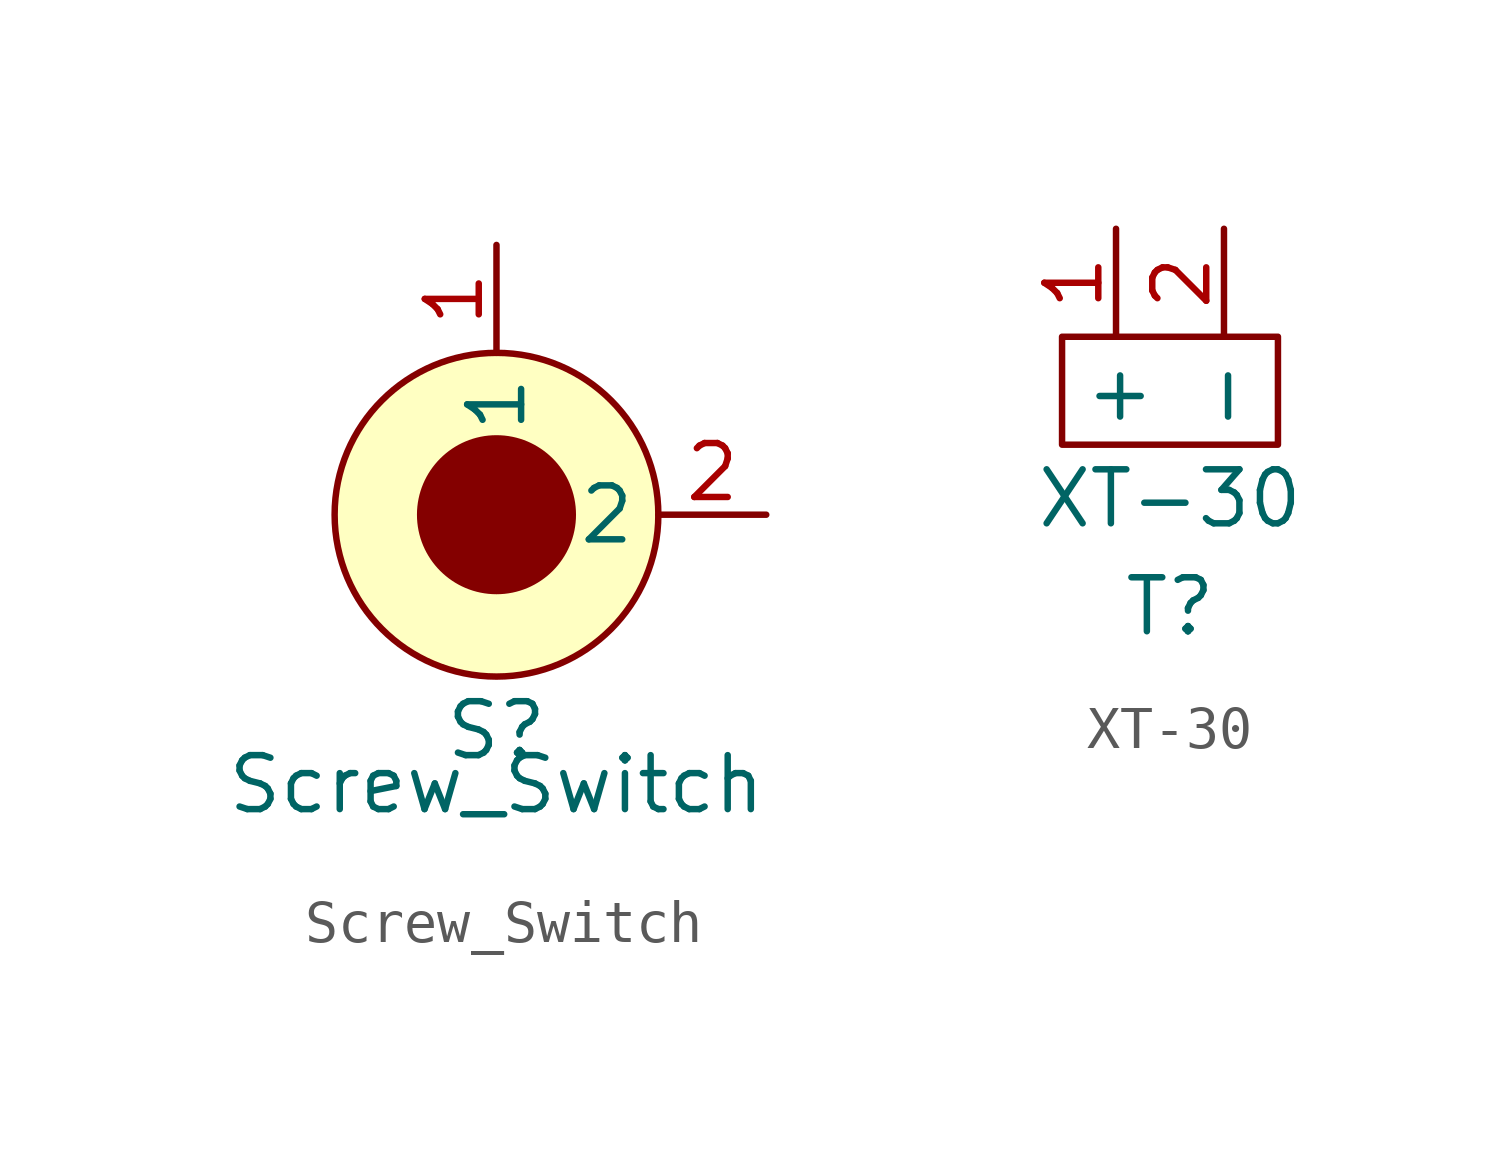
<source format=kicad_sym>
(kicad_symbol_lib
  (version 20211014)
  (generator kicad_symbol_editor)
  (symbol "Screw_Switch"
    (property "Reference" "S"
      (at 0 0 0)
      (effects (font (size 1.27 1.27))))
    (property "Value" "Screw_Switch"
      (at 0 -1.27 0)
      (effects (font (size 1.27 1.27))))
    (symbol "Screw_Switch_0_1"
      (circle (center 0 5.08) (radius 1.796) (stroke (width 0) (type default) (color 0 0 0 0)) (fill (type outline)))
      (circle (center 0 5.08) (radius 3.81) (stroke (width 0) (type default) (color 0 0 0 0)) (fill (type background))))
    (symbol "Screw_Switch_1_1"
      (pin bidirectional line (at 0 11.43 270) (length 2.54) (name "1" (effects (font (size 1.27 1.27)))) (number "1" (effects (font (size 1.27 1.27)))))
      (pin bidirectional line (at 6.35 5.08 180) (length 2.54) (name "2" (effects (font (size 1.27 1.27)))) (number "2" (effects (font (size 1.27 1.27)))))))
  (symbol "XT-30"
    (property "Reference" "T"
      (at 0 -5.08 0)
      (effects (font (size 1.27 1.27))))
    (property "Value" "XT-30"
      (at 0 -2.54 0)
      (effects (font (size 1.27 1.27))))
    (symbol "XT-30_0_1"
      (rectangle (start -2.54 1.27) (end 2.54 -1.27) (stroke (width 0) (type default) (color 0 0 0 0)) (fill (type none))))
    (symbol "XT-30_1_1"
      (pin bidirectional line (at -1.27 3.81 270) (length 2.54) (name "+" (effects (font (size 1.27 1.27)))) (number "1" (effects (font (size 1.27 1.27)))))
      (pin bidirectional line (at 1.27 3.81 270) (length 2.54) (name "-" (effects (font (size 1.27 1.27)))) (number "2" (effects (font (size 1.27 1.27))))))))
</source>
